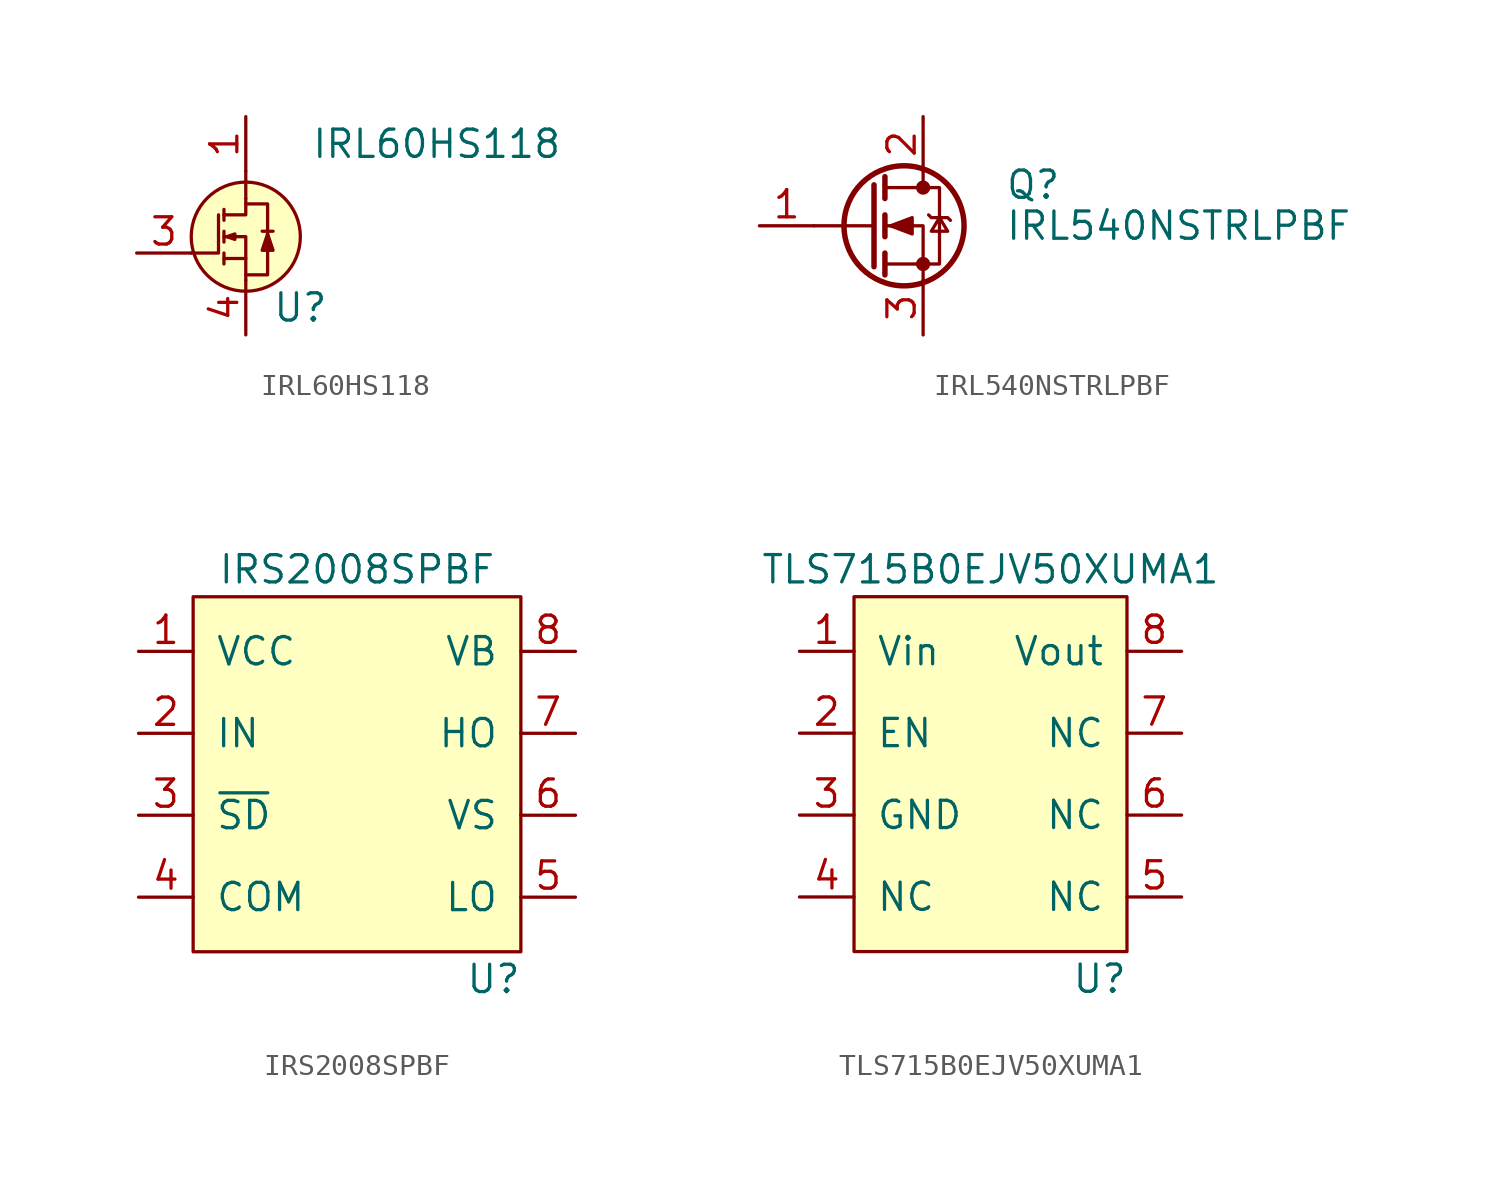
<source format=kicad_sym>
(kicad_symbol_lib
  (version 20211014)
  (generator kicad_symbol_editor)
  (symbol "IRL60HS118"
    (pin_names
      (offset 1.016) hide)
    (property "Reference" "U"
      (at 2.54 -3.81 0)
      (effects (font (size 1.27 1.27))))
    (property "Value" "IRL60HS118"
      (at 8.89 3.81 0)
      (effects (font (size 1.27 1.27))))
    (symbol "IRL60HS118_0_1"
      (circle (center 0 -0.508) (radius 2.54) (stroke (width 0) (type default) (color 0 0 0 0)) (fill (type background)))
      (polyline (pts (xy -1.016 -1.27) (xy -1.016 -1.778)) (stroke (width 0) (type default) (color 0 0 0 0)) (fill (type none)))
      (polyline (pts (xy -1.016 -0.254) (xy -1.016 -0.762)) (stroke (width 0) (type default) (color 0 0 0 0)) (fill (type none)))
      (polyline (pts (xy -1.016 0.762) (xy -1.016 0.254)) (stroke (width 0) (type default) (color 0 0 0 0)) (fill (type none)))
      (polyline (pts (xy 0 -1.524) (xy 0 -2.54)) (stroke (width 0) (type default) (color 0 0 0 0)) (fill (type none)))
      (polyline (pts (xy 0 1.27) (xy 0 2.54)) (stroke (width 0) (type default) (color 0 0 0 0)) (fill (type none)))
      (polyline (pts (xy 0.762 -0.254) (xy 1.27 -0.254)) (stroke (width 0) (type default) (color 0 0 0 0)) (fill (type none)))
      (polyline (pts (xy -2.54 -1.27) (xy -1.27 -1.27) (xy -1.27 0.508)) (stroke (width 0) (type default) (color 0 0 0 0)) (fill (type none)))
      (polyline (pts (xy -1.016 0.508) (xy 0 0.508) (xy 0 1.27)) (stroke (width 0) (type default) (color 0 0 0 0)) (fill (type none)))
      (polyline (pts (xy -1.016 -1.524) (xy 0 -1.524) (xy 0 -0.508) (xy -1.016 -0.508)) (stroke (width 0) (type default) (color 0 0 0 0)) (fill (type none)))
      (polyline (pts (xy -0.889 -0.508) (xy -0.508 -0.381) (xy -0.508 -0.635) (xy -0.889 -0.508)) (stroke (width 0) (type default) (color 0 0 0 0)) (fill (type none)))
      (polyline (pts (xy 0 1.016) (xy 1.016 1.016) (xy 1.016 -2.286) (xy 0 -2.286)) (stroke (width 0) (type default) (color 0 0 0 0)) (fill (type none)))
      (polyline (pts (xy 1.016 -0.381) (xy 0.762 -1.143) (xy 1.27 -1.143) (xy 1.016 -0.381)) (stroke (width 0) (type default) (color 0 0 0 0)) (fill (type outline))))
    (symbol "IRL60HS118_1_1"
      (pin passive line (at 0 5.08 270) (length 2.54) (name "Drain" (effects (font (size 1.27 1.27)))) (number "1" (effects (font (size 1.27 1.27)))))
      (pin passive line (at 0 5.08 270) (length 2.54) hide (name "Drain" (effects (font (size 1.27 1.27)))) (number "2" (effects (font (size 1.27 1.27)))))
      (pin passive line (at -5.08 -1.27 0) (length 2.54) (name "Gate" (effects (font (size 1.27 1.27)))) (number "3" (effects (font (size 1.27 1.27)))))
      (pin passive line (at 0 -5.08 90) (length 2.54) (name "Source" (effects (font (size 1.27 1.27)))) (number "4" (effects (font (size 1.27 1.27)))))
      (pin passive line (at 0 5.08 270) (length 2.54) hide (name "Drain" (effects (font (size 1.27 1.27)))) (number "5" (effects (font (size 1.27 1.27)))))
      (pin passive line (at 0 5.08 270) (length 2.54) hide (name "Drain" (effects (font (size 1.27 1.27)))) (number "6" (effects (font (size 1.27 1.27)))))
      (pin passive line (at 0 5.08 270) (length 2.54) hide (name "Drain" (effects (font (size 1.27 1.27)))) (number "7" (effects (font (size 1.27 1.27)))))
      (pin passive line (at 0 -5.08 90) (length 2.54) hide (name "Source" (effects (font (size 1.27 1.27)))) (number "8" (effects (font (size 1.27 1.27)))))))
  (symbol "IRL540NSTRLPBF"
    (pin_names hide)
    (property "Reference" "Q"
      (at 6.35 1.905 0)
      (effects (font (size 1.27 1.27)) (justify left)))
    (property "Value" "IRL540NSTRLPBF"
      (at 6.35 0 0)
      (effects (font (size 1.27 1.27)) (justify left)))
    (symbol "IRL540NSTRLPBF_0_1"
      (polyline (pts (xy 0.254 0) (xy -2.54 0)) (stroke (width 0) (type default) (color 0 0 0 0)) (fill (type none)))
      (polyline (pts (xy 0.254 1.905) (xy 0.254 -1.905)) (stroke (width 0.254) (type default) (color 0 0 0 0)) (fill (type none)))
      (polyline (pts (xy 0.762 -1.27) (xy 0.762 -2.286)) (stroke (width 0.254) (type default) (color 0 0 0 0)) (fill (type none)))
      (polyline (pts (xy 0.762 0.508) (xy 0.762 -0.508)) (stroke (width 0.254) (type default) (color 0 0 0 0)) (fill (type none)))
      (polyline (pts (xy 0.762 2.286) (xy 0.762 1.27)) (stroke (width 0.254) (type default) (color 0 0 0 0)) (fill (type none)))
      (polyline (pts (xy 2.54 2.54) (xy 2.54 1.778)) (stroke (width 0) (type default) (color 0 0 0 0)) (fill (type none)))
      (polyline (pts (xy 2.54 -2.54) (xy 2.54 0) (xy 0.762 0)) (stroke (width 0) (type default) (color 0 0 0 0)) (fill (type none)))
      (polyline (pts (xy 0.762 -1.778) (xy 3.302 -1.778) (xy 3.302 1.778) (xy 0.762 1.778)) (stroke (width 0) (type default) (color 0 0 0 0)) (fill (type none)))
      (polyline (pts (xy 1.016 0) (xy 2.032 0.381) (xy 2.032 -0.381) (xy 1.016 0)) (stroke (width 0) (type default) (color 0 0 0 0)) (fill (type outline)))
      (polyline (pts (xy 2.794 0.508) (xy 2.921 0.381) (xy 3.683 0.381) (xy 3.81 0.254)) (stroke (width 0) (type default) (color 0 0 0 0)) (fill (type none)))
      (polyline (pts (xy 3.302 0.381) (xy 2.921 -0.254) (xy 3.683 -0.254) (xy 3.302 0.381)) (stroke (width 0) (type default) (color 0 0 0 0)) (fill (type none)))
      (circle (center 1.651 0) (radius 2.794) (stroke (width 0.254) (type default) (color 0 0 0 0)) (fill (type none)))
      (circle (center 2.54 -1.778) (radius 0.254) (stroke (width 0) (type default) (color 0 0 0 0)) (fill (type outline)))
      (circle (center 2.54 1.778) (radius 0.254) (stroke (width 0) (type default) (color 0 0 0 0)) (fill (type outline))))
    (symbol "IRL540NSTRLPBF_1_1"
      (pin input line (at -5.08 0 0) (length 2.54) (name "G" (effects (font (size 1.27 1.27)))) (number "1" (effects (font (size 1.27 1.27)))))
      (pin passive line (at 2.54 5.08 270) (length 2.54) (name "D" (effects (font (size 1.27 1.27)))) (number "2" (effects (font (size 1.27 1.27)))))
      (pin passive line (at 2.54 -5.08 90) (length 2.54) (name "S" (effects (font (size 1.27 1.27)))) (number "3" (effects (font (size 1.27 1.27)))))))
  (symbol "IRS2008SPBF"
    (pin_names
      (offset 1.016))
    (property "Reference" "U"
      (at 6.35 -10.16 0)
      (effects (font (size 1.27 1.27))))
    (property "Value" "IRS2008SPBF"
      (at 0 8.89 0)
      (effects (font (size 1.27 1.27))))
    (symbol "IRS2008SPBF_0_1"
      (rectangle (start -7.62 7.62) (end 7.62 -8.89) (stroke (width 0) (type default) (color 0 0 0 0)) (fill (type background))))
    (symbol "IRS2008SPBF_1_1"
      (pin power_in line (at -10.16 5.08 0) (length 2.54) (name "VCC" (effects (font (size 1.27 1.27)))) (number "1" (effects (font (size 1.27 1.27)))))
      (pin input line (at -10.16 1.27 0) (length 2.54) (name "IN" (effects (font (size 1.27 1.27)))) (number "2" (effects (font (size 1.27 1.27)))))
      (pin input line (at -10.16 -2.54 0) (length 2.54) (name "~{SD}" (effects (font (size 1.27 1.27)))) (number "3" (effects (font (size 1.27 1.27)))))
      (pin power_in line (at -10.16 -6.35 0) (length 2.54) (name "COM" (effects (font (size 1.27 1.27)))) (number "4" (effects (font (size 1.27 1.27)))))
      (pin output line (at 10.16 -6.35 180) (length 2.54) (name "LO" (effects (font (size 1.27 1.27)))) (number "5" (effects (font (size 1.27 1.27)))))
      (pin power_in line (at 10.16 -2.54 180) (length 2.54) (name "VS" (effects (font (size 1.27 1.27)))) (number "6" (effects (font (size 1.27 1.27)))))
      (pin output line (at 10.16 1.27 180) (length 2.54) (name "HO" (effects (font (size 1.27 1.27)))) (number "7" (effects (font (size 1.27 1.27)))))
      (pin power_in line (at 10.16 5.08 180) (length 2.54) (name "VB" (effects (font (size 1.27 1.27)))) (number "8" (effects (font (size 1.27 1.27)))))))
  (symbol "TLS715B0EJV50XUMA1"
    (pin_names
      (offset 1.016))
    (property "Reference" "U"
      (at 5.08 -15.24 0)
      (effects (font (size 1.27 1.27))))
    (property "Value" "TLS715B0EJV50XUMA1"
      (at 0 3.81 0)
      (effects (font (size 1.27 1.27))))
    (symbol "TLS715B0EJV50XUMA1_0_1"
      (rectangle (start -6.35 2.54) (end 6.35 -13.97) (stroke (width 0) (type default) (color 0 0 0 0)) (fill (type background))))
    (symbol "TLS715B0EJV50XUMA1_1_1"
      (pin power_in line (at -8.89 0 0) (length 2.54) (name "Vin" (effects (font (size 1.27 1.27)))) (number "1" (effects (font (size 1.27 1.27)))))
      (pin input line (at -8.89 -3.81 0) (length 2.54) (name "EN" (effects (font (size 1.27 1.27)))) (number "2" (effects (font (size 1.27 1.27)))))
      (pin power_in line (at -8.89 -7.62 0) (length 2.54) (name "GND" (effects (font (size 1.27 1.27)))) (number "3" (effects (font (size 1.27 1.27)))))
      (pin power_in line (at -8.89 -11.43 0) (length 2.54) (name "NC" (effects (font (size 1.27 1.27)))) (number "4" (effects (font (size 1.27 1.27)))))
      (pin power_in line (at 8.89 -11.43 180) (length 2.54) (name "NC" (effects (font (size 1.27 1.27)))) (number "5" (effects (font (size 1.27 1.27)))))
      (pin power_in line (at 8.89 -7.62 180) (length 2.54) (name "NC" (effects (font (size 1.27 1.27)))) (number "6" (effects (font (size 1.27 1.27)))))
      (pin power_in line (at 8.89 -3.81 180) (length 2.54) (name "NC" (effects (font (size 1.27 1.27)))) (number "7" (effects (font (size 1.27 1.27)))))
      (pin power_in line (at 8.89 0 180) (length 2.54) (name "Vout" (effects (font (size 1.27 1.27)))) (number "8" (effects (font (size 1.27 1.27))))))))
</source>
